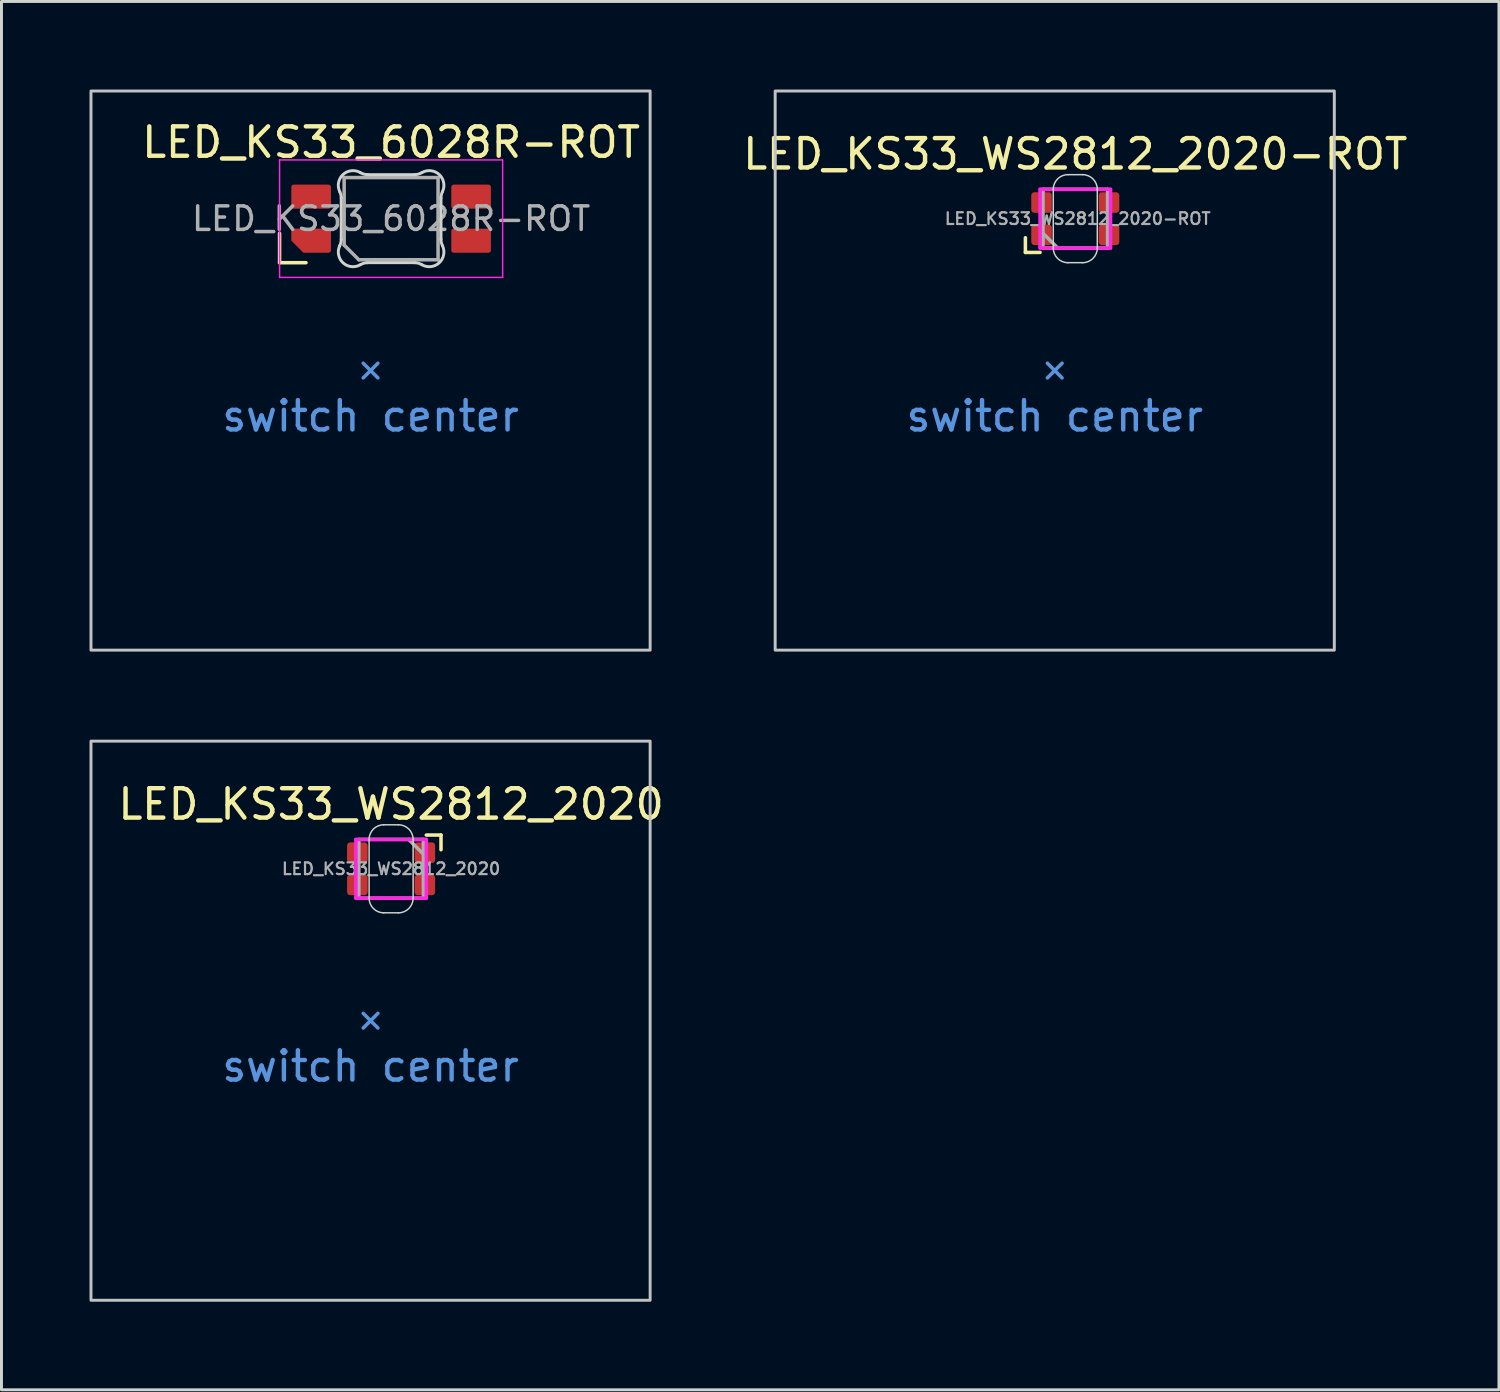
<source format=kicad_pcb>
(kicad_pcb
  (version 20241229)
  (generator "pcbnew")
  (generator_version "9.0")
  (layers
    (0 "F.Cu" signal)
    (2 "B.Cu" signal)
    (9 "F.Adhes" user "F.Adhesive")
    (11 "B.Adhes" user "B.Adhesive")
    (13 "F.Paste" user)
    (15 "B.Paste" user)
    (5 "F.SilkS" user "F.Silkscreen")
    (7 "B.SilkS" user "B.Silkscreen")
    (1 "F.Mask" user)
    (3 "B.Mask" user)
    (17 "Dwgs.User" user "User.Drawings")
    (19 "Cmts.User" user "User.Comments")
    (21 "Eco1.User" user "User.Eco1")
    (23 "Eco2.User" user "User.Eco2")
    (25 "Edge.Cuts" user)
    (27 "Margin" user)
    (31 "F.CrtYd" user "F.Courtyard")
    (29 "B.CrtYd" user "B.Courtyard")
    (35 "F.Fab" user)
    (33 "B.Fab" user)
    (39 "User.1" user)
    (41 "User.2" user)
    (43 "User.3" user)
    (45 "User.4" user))
  (footprint "LED_KS33_WS2812_2020-ROT"
    (layer "F.Cu")
    (at 33.585 4.4)
    (property "Reference" "LED_KS33_WS2812_2020-ROT" (at 0 -2.2 180) (layer "F.SilkS") (effects (font (size 1 1) (thickness 0.15))))
    (attr smd exclude_from_pos_files exclude_from_bom)
    (fp_line (start -1.7 0.65) (end -1.7 1.15) (stroke (width 0.12) (type solid)) (layer "F.SilkS"))
    (fp_line (start -1.7 1.15) (end -1.2 1.15) (stroke (width 0.12) (type solid)) (layer "F.SilkS"))
    (fp_rect (start -10.225 -4.35) (end 8.825 14.7) (stroke (width 0.1) (type default)) (fill no) (layer "Dwgs.User"))
    (fp_line (start -0.95 4.925) (end -0.7 5.175) (stroke (width 0.12) (type solid)) (layer "Cmts.User"))
    (fp_line (start -0.7 5.175) (end -0.95 5.425) (stroke (width 0.12) (type solid)) (layer "Cmts.User"))
    (fp_line (start -0.7 5.175) (end -0.45 5.425) (stroke (width 0.12) (type solid)) (layer "Cmts.User"))
    (fp_line (start -0.45 4.925) (end -0.7 5.175) (stroke (width 0.12) (type solid)) (layer "Cmts.User"))
    (fp_line (start -0.75 1) (end -0.75 -1) (stroke (width 0.05) (type solid)) (layer "Edge.Cuts"))
    (fp_line (start -0.25 1.5) (end 0.25 1.5) (stroke (width 0.05) (type solid)) (layer "Edge.Cuts"))
    (fp_line (start 0.25 -1.5) (end -0.25 -1.5) (stroke (width 0.05) (type solid)) (layer "Edge.Cuts"))
    (fp_line (start 0.75 -1) (end 0.75 1) (stroke (width 0.05) (type solid)) (layer "Edge.Cuts"))
    (fp_arc (start -0.750158 -0.999844) (mid -0.603711 -1.353397) (end -0.250159 -1.499843) (stroke (width 0.05) (type solid)) (layer "Edge.Cuts"))
    (fp_arc (start -0.250159 1.500157) (mid -0.603711 1.35371) (end -0.750157 1.000158) (stroke (width 0.05) (type solid)) (layer "Edge.Cuts"))
    (fp_arc (start 0.249844 -1.499842) (mid 0.603396 -1.353395) (end 0.749842 -0.999843) (stroke (width 0.05) (type solid)) (layer "Edge.Cuts"))
    (fp_arc (start 0.749842 1.000158) (mid 0.603396 1.353711) (end 0.249844 1.500158) (stroke (width 0.05) (type solid)) (layer "Edge.Cuts"))
    (fp_line (start -1.2 -1) (end -1.2 1) (stroke (width 0.12) (type solid)) (layer "F.CrtYd"))
    (fp_line (start -1.2 1) (end 1.2 1) (stroke (width 0.12) (type solid)) (layer "F.CrtYd"))
    (fp_line (start 1.2 -1) (end -1.2 -1) (stroke (width 0.12) (type solid)) (layer "F.CrtYd"))
    (fp_line (start 1.2 1) (end 1.2 -1) (stroke (width 0.12) (type solid)) (layer "F.CrtYd"))
    (fp_line (start -1.1 -1) (end -1.1 1) (stroke (width 0.12) (type solid)) (layer "F.Fab"))
    (fp_line (start -1.1 0.5) (end -0.6 1) (stroke (width 0.12) (type default)) (layer "F.Fab"))
    (fp_line (start -1.1 1) (end 1.1 1) (stroke (width 0.12) (type solid)) (layer "F.Fab"))
    (fp_line (start 1.1 -1) (end -1.1 -1) (stroke (width 0.12) (type solid)) (layer "F.Fab"))
    (fp_line (start 1.1 1) (end 1.1 -1) (stroke (width 0.12) (type solid)) (layer "F.Fab"))
    (fp_text user "switch center" (at -0.7 6.725 180) (layer "Cmts.User") (effects (font (size 1 1) (thickness 0.15))))
    (fp_text user "${REFERENCE}" (at 0.083 0.000157 180) (layer "F.Fab") (effects (font (size 0.4 0.4) (thickness 0.075) (bold yes))))
    (pad "1" smd roundrect (at -1.15 0.55 180) (size 0.7 0.7) (layers "F.Cu" "F.Mask" "F.Paste") (roundrect_rratio 0.15))
    (pad "2" smd roundrect (at -1.15 -0.55 180) (size 0.7 0.7) (layers "F.Cu" "F.Mask" "F.Paste") (roundrect_rratio 0.15))
    (pad "3" smd roundrect (at 1.15 -0.55 180) (size 0.7 0.7) (layers "F.Cu" "F.Mask" "F.Paste") (roundrect_rratio 0.15))
    (pad "4" smd roundrect (at 1.15 0.55 180) (size 0.7 0.7) (layers "F.Cu" "F.Mask" "F.Paste") (roundrect_rratio 0.15)))
  (footprint "LED_KS33_6028R-ROT"
    (layer "F.Cu")
    (at 10.275 4.4)
    (property "Reference" "LED_KS33_6028R-ROT" (at 0 -2.6 180) (layer "F.SilkS") (effects (font (size 1 1) (thickness 0.15))))
    (attr smd)
    (fp_line (start -3.8 0.5) (end -3.8 1.5) (stroke (width 0.12) (type solid)) (layer "F.SilkS"))
    (fp_line (start -3.8 1.5) (end -2.9 1.5) (stroke (width 0.12) (type solid)) (layer "F.SilkS"))
    (fp_rect (start -10.225 -4.35) (end 8.825 14.7) (stroke (width 0.1) (type default)) (fill no) (layer "Dwgs.User"))
    (fp_line (start -0.95 4.925) (end -0.7 5.175) (stroke (width 0.12) (type solid)) (layer "Cmts.User"))
    (fp_line (start -0.7 5.175) (end -0.95 5.425) (stroke (width 0.12) (type solid)) (layer "Cmts.User"))
    (fp_line (start -0.7 5.175) (end -0.45 5.425) (stroke (width 0.12) (type solid)) (layer "Cmts.User"))
    (fp_line (start -0.45 4.925) (end -0.7 5.175) (stroke (width 0.12) (type solid)) (layer "Cmts.User"))
    (fp_line (start -1.7 -0.703) (end -1.7 0.703) (stroke (width 0.1) (type solid)) (layer "Edge.Cuts"))
    (fp_line (start -0.794 1.5) (end 0.794 1.5) (stroke (width 0.1) (type solid)) (layer "Edge.Cuts"))
    (fp_line (start 0.794 -1.5) (end -0.794 -1.5) (stroke (width 0.1) (type solid)) (layer "Edge.Cuts"))
    (fp_line (start 1.7 0.703) (end 1.7 -0.703) (stroke (width 0.1) (type solid)) (layer "Edge.Cuts"))
    (fp_arc (start -1.749484 -0.919721) (mid -1.712519 -0.81407) (end -1.699999 -0.702844) (stroke (width 0.1) (type solid)) (layer "Edge.Cuts"))
    (fp_arc (start -1.749484 -0.919721) (mid -1.638071 -1.504037) (end -1.046711 -1.568298) (stroke (width 0.1) (type solid)) (layer "Edge.Cuts"))
    (fp_arc (start -1.699999 0.702841) (mid -1.712528 0.814067) (end -1.749484 0.91972) (stroke (width 0.1) (type solid)) (layer "Edge.Cuts"))
    (fp_arc (start -1.046711 1.568298) (mid -1.638071 1.504035) (end -1.749484 0.919718) (stroke (width 0.1) (type solid)) (layer "Edge.Cuts"))
    (fp_arc (start -1.046711 1.568298) (mid -0.925123 1.517376) (end -0.794452 1.499999) (stroke (width 0.1) (type solid)) (layer "Edge.Cuts"))
    (fp_arc (start -0.794453 -1.5) (mid -0.925123 -1.517377) (end -1.046711 -1.568298) (stroke (width 0.1) (type solid)) (layer "Edge.Cuts"))
    (fp_arc (start 0.794452 1.499999) (mid 0.925122 1.517376) (end 1.04671 1.568298) (stroke (width 0.1) (type solid)) (layer "Edge.Cuts"))
    (fp_arc (start 1.046711 -1.5683) (mid 0.925123 -1.517378) (end 0.794453 -1.500001) (stroke (width 0.1) (type solid)) (layer "Edge.Cuts"))
    (fp_arc (start 1.046711 -1.5683) (mid 1.638071 -1.504036) (end 1.749484 -0.919721) (stroke (width 0.1) (type solid)) (layer "Edge.Cuts"))
    (fp_arc (start 1.699999 -0.702843) (mid 1.712527 -0.814069) (end 1.749484 -0.919721) (stroke (width 0.1) (type solid)) (layer "Edge.Cuts"))
    (fp_arc (start 1.749484 0.91972) (mid 1.63807 1.504033) (end 1.046711 1.568296) (stroke (width 0.1) (type solid)) (layer "Edge.Cuts"))
    (fp_arc (start 1.749484 0.91972) (mid 1.712527 0.814068) (end 1.699999 0.702842) (stroke (width 0.1) (type solid)) (layer "Edge.Cuts"))
    (fp_line (start -3.8 -2) (end 3.8 -2) (stroke (width 0.05) (type solid)) (layer "F.CrtYd"))
    (fp_line (start -3.8 2) (end -3.8 -2) (stroke (width 0.05) (type solid)) (layer "F.CrtYd"))
    (fp_line (start 3.8 -2) (end 3.8 2) (stroke (width 0.05) (type solid)) (layer "F.CrtYd"))
    (fp_line (start 3.8 2) (end -3.8 2) (stroke (width 0.05) (type solid)) (layer "F.CrtYd"))
    (fp_line (start -1.6 -1.4) (end 1.6 -1.4) (stroke (width 0.12) (type solid)) (layer "F.Fab"))
    (fp_line (start -1.6 0.9) (end -1.6 -1.4) (stroke (width 0.12) (type solid)) (layer "F.Fab"))
    (fp_line (start -1.6 0.9) (end -1.1 1.4) (stroke (width 0.12) (type solid)) (layer "F.Fab"))
    (fp_line (start 1.6 -1.4) (end 1.6 1.4) (stroke (width 0.12) (type solid)) (layer "F.Fab"))
    (fp_line (start 1.6 1.4) (end -1.1 1.4) (stroke (width 0.12) (type solid)) (layer "F.Fab"))
    (fp_text user "switch center" (at -0.7 6.725 180) (layer "Cmts.User") (effects (font (size 1 1) (thickness 0.15))))
    (fp_text user "${REFERENCE}" (at 0 0 180) (layer "F.Fab") (effects (font (size 0.8 0.8) (thickness 0.12))))
    (pad "1" smd roundrect (at 2.725 -0.75 90) (size 0.82 1.35) (layers "F.Cu" "F.Mask" "F.Paste") (roundrect_rratio 0.1))
    (pad "2" smd roundrect (at 2.725 0.75 90) (size 0.82 1.35) (layers "F.Cu" "F.Mask" "F.Paste") (roundrect_rratio 0.1))
    (pad "3" smd roundrect (at -2.725 -0.75 90) (size 0.82 1.35) (layers "F.Cu" "F.Mask" "F.Paste") (roundrect_rratio 0.1))
    (pad "4" smd roundrect (at -2.725 0.75 90) (size 0.82 1.35) (layers "F.Cu" "F.Mask" "F.Paste") (roundrect_rratio 0.1) (chamfer_ratio 0.5) (chamfer top_left)))
  (footprint "LED_KS33_WS2812_2020"
    (layer "F.Cu")
    (at 10.275 26.55)
    (property "Reference" "LED_KS33_WS2812_2020" (at 0 -2.2 180) (layer "F.SilkS") (effects (font (size 1 1) (thickness 0.15))))
    (attr smd exclude_from_pos_files exclude_from_bom)
    (fp_line (start 1.7 -1.15) (end 1.2 -1.15) (stroke (width 0.12) (type solid)) (layer "F.SilkS"))
    (fp_line (start 1.7 -0.65) (end 1.7 -1.15) (stroke (width 0.12) (type solid)) (layer "F.SilkS"))
    (fp_rect (start -10.225 -4.35) (end 8.825 14.7) (stroke (width 0.1) (type default)) (fill no) (layer "Dwgs.User"))
    (fp_line (start -0.95 4.925) (end -0.7 5.175) (stroke (width 0.12) (type solid)) (layer "Cmts.User"))
    (fp_line (start -0.7 5.175) (end -0.95 5.425) (stroke (width 0.12) (type solid)) (layer "Cmts.User"))
    (fp_line (start -0.7 5.175) (end -0.45 5.425) (stroke (width 0.12) (type solid)) (layer "Cmts.User"))
    (fp_line (start -0.45 4.925) (end -0.7 5.175) (stroke (width 0.12) (type solid)) (layer "Cmts.User"))
    (fp_line (start -0.75 1) (end -0.75 -1) (stroke (width 0.05) (type solid)) (layer "Edge.Cuts"))
    (fp_line (start -0.25 1.5) (end 0.25 1.5) (stroke (width 0.05) (type solid)) (layer "Edge.Cuts"))
    (fp_line (start 0.25 -1.5) (end -0.25 -1.5) (stroke (width 0.05) (type solid)) (layer "Edge.Cuts"))
    (fp_line (start 0.75 -1) (end 0.75 1) (stroke (width 0.05) (type solid)) (layer "Edge.Cuts"))
    (fp_arc (start -0.75 -1) (mid -0.603554 -1.353553) (end -0.250001 -1.500001) (stroke (width 0.05) (type solid)) (layer "Edge.Cuts"))
    (fp_arc (start -0.250001 1.499999) (mid -0.603553 1.353552) (end -0.75 1) (stroke (width 0.05) (type solid)) (layer "Edge.Cuts"))
    (fp_arc (start 0.250001 -1.499999) (mid 0.603554 -1.353553) (end 0.75 -1) (stroke (width 0.05) (type solid)) (layer "Edge.Cuts"))
    (fp_arc (start 0.75 1) (mid 0.603554 1.353554) (end 0.250001 1.500001) (stroke (width 0.05) (type solid)) (layer "Edge.Cuts"))
    (fp_line (start -1.2 -1) (end -1.2 1) (stroke (width 0.12) (type solid)) (layer "F.CrtYd"))
    (fp_line (start -1.2 1) (end 1.2 1) (stroke (width 0.12) (type solid)) (layer "F.CrtYd"))
    (fp_line (start 1.2 -1) (end -1.2 -1) (stroke (width 0.12) (type solid)) (layer "F.CrtYd"))
    (fp_line (start 1.2 1) (end 1.2 -1) (stroke (width 0.12) (type solid)) (layer "F.CrtYd"))
    (fp_line (start -1.1 -1) (end -1.1 1) (stroke (width 0.12) (type solid)) (layer "F.Fab"))
    (fp_line (start -1.1 1) (end 1.1 1) (stroke (width 0.12) (type solid)) (layer "F.Fab"))
    (fp_line (start 1.1 -1) (end -1.1 -1) (stroke (width 0.12) (type solid)) (layer "F.Fab"))
    (fp_line (start 1.1 -0.5) (end 0.6 -1) (stroke (width 0.12) (type default)) (layer "F.Fab"))
    (fp_line (start 1.1 1) (end 1.1 -1) (stroke (width 0.12) (type solid)) (layer "F.Fab"))
    (fp_text user "switch center" (at -0.7 6.725 180) (layer "Cmts.User") (effects (font (size 1 1) (thickness 0.15))))
    (fp_text user "${REFERENCE}" (at 0 0 0) (layer "F.Fab") (effects (font (size 0.4 0.4) (thickness 0.075) (bold yes))))
    (pad "1" smd roundrect (at 1.15 -0.55) (size 0.7 0.7) (layers "F.Cu" "F.Mask" "F.Paste") (roundrect_rratio 0.15))
    (pad "2" smd roundrect (at 1.15 0.55) (size 0.7 0.7) (layers "F.Cu" "F.Mask" "F.Paste") (roundrect_rratio 0.15))
    (pad "3" smd roundrect (at -1.15 0.55) (size 0.7 0.7) (layers "F.Cu" "F.Mask" "F.Paste") (roundrect_rratio 0.15))
    (pad "4" smd roundrect (at -1.15 -0.55) (size 0.7 0.7) (layers "F.Cu" "F.Mask" "F.Paste") (roundrect_rratio 0.15)))
  (gr_rect
    (start -3 -3)
    (end 48.019 44.3)
    (stroke (width 0.1) (type default))
    (fill no)
    (layer "Edge.Cuts")))
</source>
